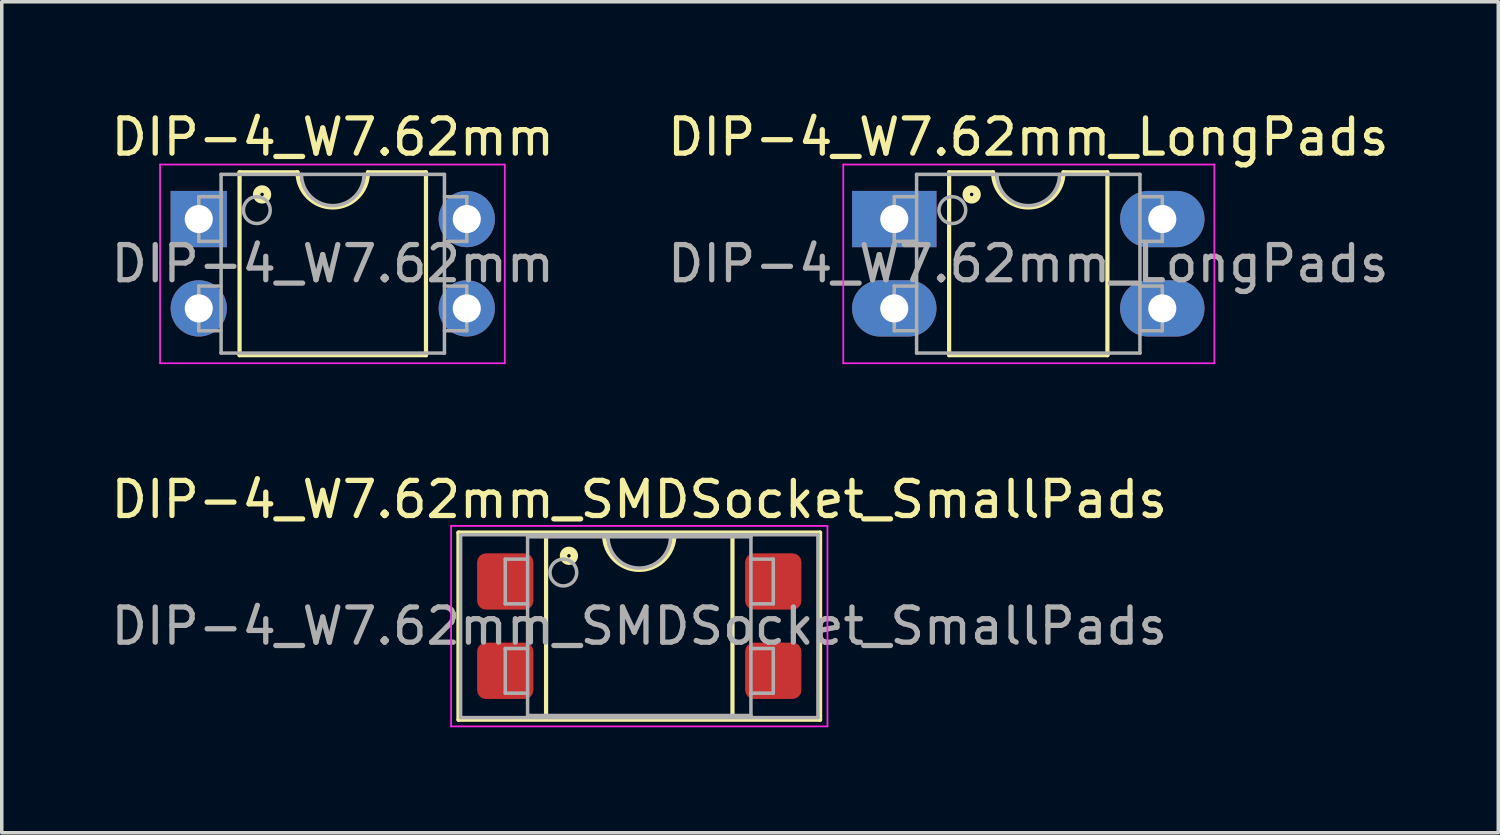
<source format=kicad_pcb>
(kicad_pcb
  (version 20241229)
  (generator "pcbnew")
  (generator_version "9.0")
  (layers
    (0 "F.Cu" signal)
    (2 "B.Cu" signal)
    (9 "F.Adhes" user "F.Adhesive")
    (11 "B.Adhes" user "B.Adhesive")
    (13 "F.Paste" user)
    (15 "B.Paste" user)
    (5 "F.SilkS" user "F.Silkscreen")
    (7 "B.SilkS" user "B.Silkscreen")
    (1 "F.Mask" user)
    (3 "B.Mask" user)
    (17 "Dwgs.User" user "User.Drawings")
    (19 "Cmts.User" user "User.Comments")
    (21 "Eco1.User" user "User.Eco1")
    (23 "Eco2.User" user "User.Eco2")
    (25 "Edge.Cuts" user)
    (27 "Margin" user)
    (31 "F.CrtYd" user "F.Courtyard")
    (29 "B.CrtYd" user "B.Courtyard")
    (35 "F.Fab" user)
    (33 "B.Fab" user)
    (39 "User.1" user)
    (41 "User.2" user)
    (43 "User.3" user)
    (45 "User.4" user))
  (footprint "DIP-4_W7.62mm"
    (layer "F.Cu")
    (at 2.601 3.178)
    (property "Reference" "DIP-4_W7.62mm" (at 3.81 -2.33 0) (layer "F.SilkS") (effects (font (size 1 1) (thickness 0.15))))
    (attr through_hole)
    (fp_line (start 1.16 -1.33) (end 1.16 3.87) (stroke (width 0.12) (type solid)) (layer "F.SilkS"))
    (fp_line (start 1.16 3.87) (end 6.46 3.87) (stroke (width 0.12) (type solid)) (layer "F.SilkS"))
    (fp_line (start 2.81 -1.33) (end 1.16 -1.33) (stroke (width 0.12) (type solid)) (layer "F.SilkS"))
    (fp_line (start 6.46 -1.33) (end 4.81 -1.33) (stroke (width 0.12) (type solid)) (layer "F.SilkS"))
    (fp_line (start 6.46 3.87) (end 6.46 -1.33) (stroke (width 0.12) (type solid)) (layer "F.SilkS"))
    (fp_arc (start 4.81 -1.33) (mid 3.81 -0.33) (end 2.81 -1.33) (stroke (width 0.12) (type solid)) (layer "F.SilkS"))
    (fp_circle (center 1.8 -0.7) (end 1.85 -0.7) (stroke (width 0.12) (type solid)) (fill no) (layer "F.SilkS"))
    (fp_circle (center 1.8 -0.7) (end 1.925 -0.7) (stroke (width 0.12) (type solid)) (fill no) (layer "F.SilkS"))
    (fp_circle (center 1.8 -0.7) (end 2 -0.7) (stroke (width 0.12) (type solid)) (fill no) (layer "F.SilkS"))
    (fp_line (start -1.1 -1.55) (end -1.1 4.1) (stroke (width 0.05) (type solid)) (layer "F.CrtYd"))
    (fp_line (start -1.1 4.1) (end 8.7 4.1) (stroke (width 0.05) (type solid)) (layer "F.CrtYd"))
    (fp_line (start 8.7 -1.55) (end -1.1 -1.55) (stroke (width 0.05) (type solid)) (layer "F.CrtYd"))
    (fp_line (start 8.7 4.1) (end 8.7 -1.55) (stroke (width 0.05) (type solid)) (layer "F.CrtYd"))
    (fp_line (start 0 -0.635) (end 0 0.635) (stroke (width 0.1) (type solid)) (layer "F.Fab"))
    (fp_line (start 0 -0.635) (end 0.635 -0.635) (stroke (width 0.1) (type solid)) (layer "F.Fab"))
    (fp_line (start 0 0.635) (end 0.635 0.635) (stroke (width 0.1) (type solid)) (layer "F.Fab"))
    (fp_line (start 0 1.905) (end 0 3.175) (stroke (width 0.1) (type solid)) (layer "F.Fab"))
    (fp_line (start 0 1.905) (end 0.635 1.905) (stroke (width 0.1) (type solid)) (layer "F.Fab"))
    (fp_line (start 0 3.175) (end 0.635 3.175) (stroke (width 0.1) (type solid)) (layer "F.Fab"))
    (fp_line (start 0.635 -1.27) (end 6.985 -1.27) (stroke (width 0.1) (type solid)) (layer "F.Fab"))
    (fp_line (start 0.635 3.81) (end 0.635 -1.27) (stroke (width 0.1) (type solid)) (layer "F.Fab"))
    (fp_line (start 6.985 -1.27) (end 6.985 3.81) (stroke (width 0.1) (type solid)) (layer "F.Fab"))
    (fp_line (start 6.985 3.81) (end 0.635 3.81) (stroke (width 0.1) (type solid)) (layer "F.Fab"))
    (fp_line (start 7.62 -0.635) (end 6.985 -0.635) (stroke (width 0.1) (type solid)) (layer "F.Fab"))
    (fp_line (start 7.62 0.635) (end 6.985 0.635) (stroke (width 0.1) (type solid)) (layer "F.Fab"))
    (fp_line (start 7.62 0.635) (end 7.62 -0.635) (stroke (width 0.1) (type solid)) (layer "F.Fab"))
    (fp_line (start 7.62 1.905) (end 6.985 1.905) (stroke (width 0.1) (type solid)) (layer "F.Fab"))
    (fp_line (start 7.62 3.175) (end 6.985 3.175) (stroke (width 0.1) (type solid)) (layer "F.Fab"))
    (fp_line (start 7.62 3.175) (end 7.62 1.905) (stroke (width 0.1) (type solid)) (layer "F.Fab"))
    (fp_arc (start 4.699 -1.27) (mid 3.81 -0.381) (end 2.921 -1.27) (stroke (width 0.1) (type solid)) (layer "F.Fab"))
    (fp_circle (center 1.651 -0.254) (end 2.032 -0.254) (stroke (width 0.1) (type solid)) (fill no) (layer "F.Fab"))
    (fp_text user "${REFERENCE}" (at 3.81 1.27 0) (layer "F.Fab") (effects (font (size 1 1) (thickness 0.15))))
    (pad "1" thru_hole rect (at 0 0) (size 1.6 1.6) (drill 0.8) (layers "*.Cu" "*.Mask"))
    (pad "2" thru_hole oval (at 0 2.54) (size 1.6 1.6) (drill 0.8) (layers "*.Cu" "*.Mask"))
    (pad "3" thru_hole oval (at 7.62 2.54) (size 1.6 1.6) (drill 0.8) (layers "*.Cu" "*.Mask"))
    (pad "4" thru_hole oval (at 7.62 0) (size 1.6 1.6) (drill 0.8) (layers "*.Cu" "*.Mask")))
  (footprint "DIP-4_W7.62mm_LongPads"
    (layer "F.Cu")
    (at 22.375 3.178)
    (property "Reference" "DIP-4_W7.62mm_LongPads" (at 3.81 -2.33 0) (layer "F.SilkS") (effects (font (size 1 1) (thickness 0.15))))
    (attr through_hole)
    (fp_line (start 1.56 -1.33) (end 1.56 3.87) (stroke (width 0.12) (type solid)) (layer "F.SilkS"))
    (fp_line (start 1.56 3.87) (end 6.06 3.87) (stroke (width 0.12) (type solid)) (layer "F.SilkS"))
    (fp_line (start 2.81 -1.33) (end 1.56 -1.33) (stroke (width 0.12) (type solid)) (layer "F.SilkS"))
    (fp_line (start 6.06 -1.33) (end 4.81 -1.33) (stroke (width 0.12) (type solid)) (layer "F.SilkS"))
    (fp_line (start 6.06 3.87) (end 6.06 -1.33) (stroke (width 0.12) (type solid)) (layer "F.SilkS"))
    (fp_arc (start 4.81 -1.33) (mid 3.81 -0.33) (end 2.81 -1.33) (stroke (width 0.12) (type solid)) (layer "F.SilkS"))
    (fp_circle (center 2.2 -0.7) (end 2.25 -0.7) (stroke (width 0.12) (type solid)) (fill no) (layer "F.SilkS"))
    (fp_circle (center 2.2 -0.7) (end 2.325 -0.7) (stroke (width 0.12) (type solid)) (fill no) (layer "F.SilkS"))
    (fp_circle (center 2.2 -0.7) (end 2.4 -0.7) (stroke (width 0.12) (type solid)) (fill no) (layer "F.SilkS"))
    (fp_line (start -1.45 -1.55) (end -1.45 4.1) (stroke (width 0.05) (type solid)) (layer "F.CrtYd"))
    (fp_line (start -1.45 4.1) (end 9.1 4.1) (stroke (width 0.05) (type solid)) (layer "F.CrtYd"))
    (fp_line (start 9.1 -1.55) (end -1.45 -1.55) (stroke (width 0.05) (type solid)) (layer "F.CrtYd"))
    (fp_line (start 9.1 4.1) (end 9.1 -1.55) (stroke (width 0.05) (type solid)) (layer "F.CrtYd"))
    (fp_line (start 0 -0.635) (end 0 0.635) (stroke (width 0.1) (type solid)) (layer "F.Fab"))
    (fp_line (start 0 -0.635) (end 0.635 -0.635) (stroke (width 0.1) (type solid)) (layer "F.Fab"))
    (fp_line (start 0 0.635) (end 0.635 0.635) (stroke (width 0.1) (type solid)) (layer "F.Fab"))
    (fp_line (start 0 1.905) (end 0 3.175) (stroke (width 0.1) (type solid)) (layer "F.Fab"))
    (fp_line (start 0 1.905) (end 0.635 1.905) (stroke (width 0.1) (type solid)) (layer "F.Fab"))
    (fp_line (start 0 3.175) (end 0.635 3.175) (stroke (width 0.1) (type solid)) (layer "F.Fab"))
    (fp_line (start 0.635 -1.27) (end 6.985 -1.27) (stroke (width 0.1) (type solid)) (layer "F.Fab"))
    (fp_line (start 0.635 3.81) (end 0.635 -1.27) (stroke (width 0.1) (type solid)) (layer "F.Fab"))
    (fp_line (start 6.985 -1.27) (end 6.985 3.81) (stroke (width 0.1) (type solid)) (layer "F.Fab"))
    (fp_line (start 6.985 3.81) (end 0.635 3.81) (stroke (width 0.1) (type solid)) (layer "F.Fab"))
    (fp_line (start 7.62 -0.635) (end 6.985 -0.635) (stroke (width 0.1) (type solid)) (layer "F.Fab"))
    (fp_line (start 7.62 0.635) (end 6.985 0.635) (stroke (width 0.1) (type solid)) (layer "F.Fab"))
    (fp_line (start 7.62 0.635) (end 7.62 -0.635) (stroke (width 0.1) (type solid)) (layer "F.Fab"))
    (fp_line (start 7.62 1.905) (end 6.985 1.905) (stroke (width 0.1) (type solid)) (layer "F.Fab"))
    (fp_line (start 7.62 3.175) (end 6.985 3.175) (stroke (width 0.1) (type solid)) (layer "F.Fab"))
    (fp_line (start 7.62 3.175) (end 7.62 1.905) (stroke (width 0.1) (type solid)) (layer "F.Fab"))
    (fp_arc (start 4.699 -1.27) (mid 3.81 -0.381) (end 2.921 -1.27) (stroke (width 0.1) (type solid)) (layer "F.Fab"))
    (fp_circle (center 1.651 -0.254) (end 2.032 -0.254) (stroke (width 0.1) (type solid)) (fill no) (layer "F.Fab"))
    (fp_text user "${REFERENCE}" (at 3.81 1.27 0) (layer "F.Fab") (effects (font (size 1 1) (thickness 0.15))))
    (pad "1" thru_hole rect (at 0 0) (size 2.4 1.6) (drill 0.8) (layers "*.Cu" "*.Mask"))
    (pad "2" thru_hole oval (at 0 2.54) (size 2.4 1.6) (drill 0.8) (layers "*.Cu" "*.Mask"))
    (pad "3" thru_hole oval (at 7.62 2.54) (size 2.4 1.6) (drill 0.8) (layers "*.Cu" "*.Mask"))
    (pad "4" thru_hole oval (at 7.62 0) (size 2.4 1.6) (drill 0.8) (layers "*.Cu" "*.Mask")))
  (footprint "DIP-4_W7.62mm_SMDSocket_SmallPads"
    (layer "F.Cu")
    (at 15.125 14.752)
    (property "Reference" "DIP-4_W7.62mm_SMDSocket_SmallPads" (at 0 -3.6 0) (layer "F.SilkS") (effects (font (size 1 1) (thickness 0.15))))
    (attr smd)
    (fp_line (start -5.14 -2.66) (end -5.14 2.66) (stroke (width 0.12) (type solid)) (layer "F.SilkS"))
    (fp_line (start -5.14 2.66) (end 5.14 2.66) (stroke (width 0.12) (type solid)) (layer "F.SilkS"))
    (fp_line (start -2.65 -2.6) (end -2.65 2.6) (stroke (width 0.12) (type solid)) (layer "F.SilkS"))
    (fp_line (start -2.65 2.6) (end 2.65 2.6) (stroke (width 0.12) (type solid)) (layer "F.SilkS"))
    (fp_line (start -1 -2.6) (end -2.65 -2.6) (stroke (width 0.12) (type solid)) (layer "F.SilkS"))
    (fp_line (start 2.65 -2.6) (end 1 -2.6) (stroke (width 0.12) (type solid)) (layer "F.SilkS"))
    (fp_line (start 2.65 2.6) (end 2.65 -2.6) (stroke (width 0.12) (type solid)) (layer "F.SilkS"))
    (fp_line (start 5.14 -2.66) (end -5.14 -2.66) (stroke (width 0.12) (type solid)) (layer "F.SilkS"))
    (fp_line (start 5.14 2.66) (end 5.14 -2.66) (stroke (width 0.12) (type solid)) (layer "F.SilkS"))
    (fp_arc (start 1 -2.6) (mid 0 -1.6) (end -1 -2.6) (stroke (width 0.12) (type solid)) (layer "F.SilkS"))
    (fp_circle (center -2 -2) (end -1.95 -2) (stroke (width 0.12) (type solid)) (fill no) (layer "F.SilkS"))
    (fp_circle (center -2 -2) (end -1.875 -2) (stroke (width 0.12) (type solid)) (fill no) (layer "F.SilkS"))
    (fp_circle (center -2 -2) (end -1.8 -2) (stroke (width 0.12) (type solid)) (fill no) (layer "F.SilkS"))
    (fp_line (start -5.35 -2.85) (end -5.35 2.85) (stroke (width 0.05) (type solid)) (layer "F.CrtYd"))
    (fp_line (start -5.35 2.85) (end 5.35 2.85) (stroke (width 0.05) (type solid)) (layer "F.CrtYd"))
    (fp_line (start 5.35 -2.85) (end -5.35 -2.85) (stroke (width 0.05) (type solid)) (layer "F.CrtYd"))
    (fp_line (start 5.35 2.85) (end 5.35 -2.85) (stroke (width 0.05) (type solid)) (layer "F.CrtYd"))
    (fp_line (start -5.08 -2.6) (end -5.08 2.6) (stroke (width 0.1) (type solid)) (layer "F.Fab"))
    (fp_line (start -5.08 2.6) (end 5.08 2.6) (stroke (width 0.1) (type solid)) (layer "F.Fab"))
    (fp_line (start -3.81 -1.905) (end -3.81 -0.635) (stroke (width 0.1) (type solid)) (layer "F.Fab"))
    (fp_line (start -3.81 -1.905) (end -3.175 -1.905) (stroke (width 0.1) (type solid)) (layer "F.Fab"))
    (fp_line (start -3.81 -0.635) (end -3.175 -0.635) (stroke (width 0.1) (type solid)) (layer "F.Fab"))
    (fp_line (start -3.81 0.635) (end -3.81 1.905) (stroke (width 0.1) (type solid)) (layer "F.Fab"))
    (fp_line (start -3.81 0.635) (end -3.175 0.635) (stroke (width 0.1) (type solid)) (layer "F.Fab"))
    (fp_line (start -3.81 1.905) (end -3.175 1.905) (stroke (width 0.1) (type solid)) (layer "F.Fab"))
    (fp_line (start -3.175 -2.54) (end 3.175 -2.54) (stroke (width 0.1) (type solid)) (layer "F.Fab"))
    (fp_line (start -3.175 2.54) (end -3.175 -2.54) (stroke (width 0.1) (type solid)) (layer "F.Fab"))
    (fp_line (start 3.175 -2.54) (end 3.175 2.54) (stroke (width 0.1) (type solid)) (layer "F.Fab"))
    (fp_line (start 3.175 2.54) (end -3.175 2.54) (stroke (width 0.1) (type solid)) (layer "F.Fab"))
    (fp_line (start 3.81 -1.905) (end 3.175 -1.905) (stroke (width 0.1) (type solid)) (layer "F.Fab"))
    (fp_line (start 3.81 -0.635) (end 3.175 -0.635) (stroke (width 0.1) (type solid)) (layer "F.Fab"))
    (fp_line (start 3.81 -0.635) (end 3.81 -1.905) (stroke (width 0.1) (type solid)) (layer "F.Fab"))
    (fp_line (start 3.81 0.635) (end 3.175 0.635) (stroke (width 0.1) (type solid)) (layer "F.Fab"))
    (fp_line (start 3.81 1.905) (end 3.175 1.905) (stroke (width 0.1) (type solid)) (layer "F.Fab"))
    (fp_line (start 3.81 1.905) (end 3.81 0.635) (stroke (width 0.1) (type solid)) (layer "F.Fab"))
    (fp_line (start 5.08 -2.6) (end -5.08 -2.6) (stroke (width 0.1) (type solid)) (layer "F.Fab"))
    (fp_line (start 5.08 2.6) (end 5.08 -2.6) (stroke (width 0.1) (type solid)) (layer "F.Fab"))
    (fp_arc (start 0.889 -2.54) (mid 0 -1.651) (end -0.889 -2.54) (stroke (width 0.1) (type solid)) (layer "F.Fab"))
    (fp_circle (center -2.159 -1.524) (end -1.778 -1.524) (stroke (width 0.1) (type solid)) (fill no) (layer "F.Fab"))
    (fp_text user "${REFERENCE}" (at 0 0 0) (layer "F.Fab") (effects (font (size 1 1) (thickness 0.15))))
    (pad "1" smd roundrect (at -3.81 -1.27) (size 1.6 1.6) (layers "F.Cu" "F.Mask" "F.Paste") (roundrect_rratio 0.156))
    (pad "2" smd roundrect (at -3.81 1.27) (size 1.6 1.6) (layers "F.Cu" "F.Mask" "F.Paste") (roundrect_rratio 0.156))
    (pad "3" smd roundrect (at 3.81 1.27) (size 1.6 1.6) (layers "F.Cu" "F.Mask" "F.Paste") (roundrect_rratio 0.156))
    (pad "4" smd roundrect (at 3.81 -1.27) (size 1.6 1.6) (layers "F.Cu" "F.Mask" "F.Paste") (roundrect_rratio 0.156)))
  (gr_rect
    (start -3 -3)
    (end 39.548 20.627)
    (stroke (width 0.1) (type default))
    (fill no)
    (layer "Edge.Cuts")))
</source>
